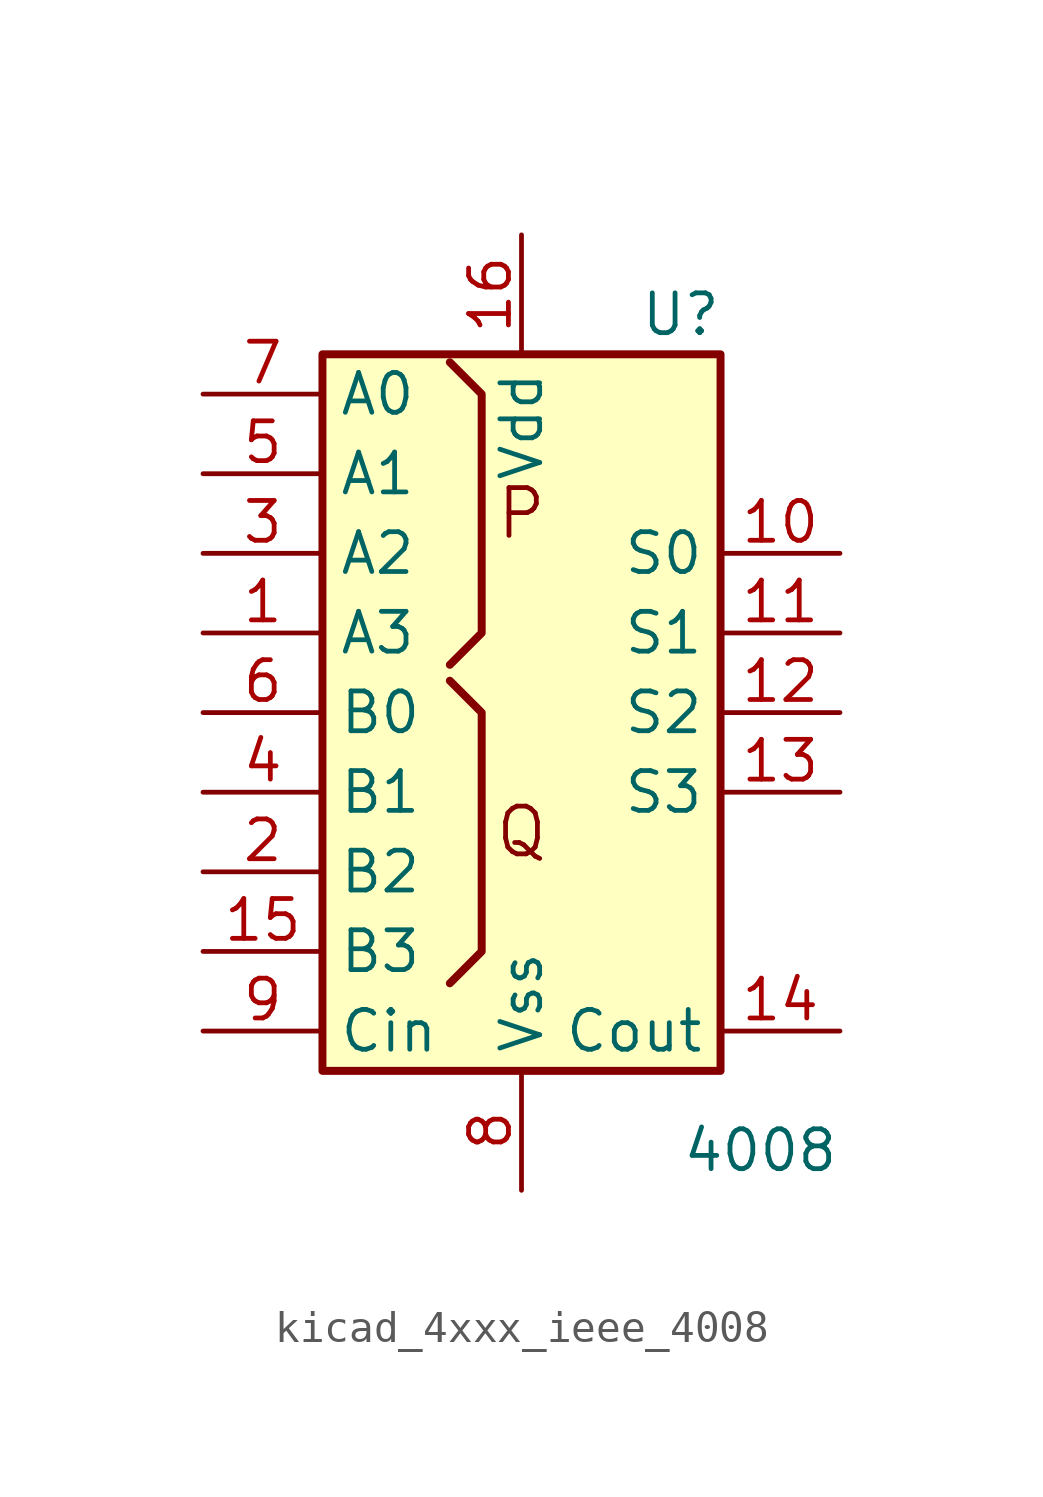
<source format=kicad_sym>
(kicad_symbol_lib
  (version 20220914)
  (generator kicad_symbol_editor)
  (symbol "kicad_4xxx_ieee_4008"
    (property "Reference" "U"
      (at 5.08 12.7 0)
      (effects (font (size 1.27 1.27))))
    (property "Value" "4008"
      (at 7.62 -13.97 0)
      (effects (font (size 1.27 1.27))))
    (symbol "kicad_4xxx_ieee_4008_0_0"
      (text "P" (at 0 6.35 0) (effects (font (size 1.524 1.524))))
      (text "Q" (at 0 -3.81 0) (effects (font (size 1.524 1.524)))))
    (symbol "kicad_4xxx_ieee_4008_0_1"
      (rectangle (start -6.35 11.43) (end 6.35 -11.43) (stroke (width 0.254) (type default)) (fill (type background)))
      (polyline (pts (xy -2.286 1.016) (xy -1.27 0) (xy -1.27 -7.62) (xy -2.286 -8.636) (xy -2.286 -8.636)) (stroke (width 0.254) (type default)) (fill (type background)))
      (polyline (pts (xy -2.286 1.524) (xy -1.27 2.54) (xy -1.27 10.16) (xy -2.286 11.176) (xy -2.286 11.176)) (stroke (width 0.254) (type default)) (fill (type background))))
    (symbol "kicad_4xxx_ieee_4008_1_1"
      (pin input line (at -10.16 2.54 0) (length 3.81) (name "A3" (effects (font (size 1.27 1.27)))) (number "1" (effects (font (size 1.27 1.27)))))
      (pin output line (at 10.16 5.08 180) (length 3.81) (name "S0" (effects (font (size 1.27 1.27)))) (number "10" (effects (font (size 1.27 1.27)))))
      (pin output line (at 10.16 2.54 180) (length 3.81) (name "S1" (effects (font (size 1.27 1.27)))) (number "11" (effects (font (size 1.27 1.27)))))
      (pin output line (at 10.16 0 180) (length 3.81) (name "S2" (effects (font (size 1.27 1.27)))) (number "12" (effects (font (size 1.27 1.27)))))
      (pin output line (at 10.16 -2.54 180) (length 3.81) (name "S3" (effects (font (size 1.27 1.27)))) (number "13" (effects (font (size 1.27 1.27)))))
      (pin output line (at 10.16 -10.16 180) (length 3.81) (name "Cout" (effects (font (size 1.27 1.27)))) (number "14" (effects (font (size 1.27 1.27)))))
      (pin input line (at -10.16 -7.62 0) (length 3.81) (name "B3" (effects (font (size 1.27 1.27)))) (number "15" (effects (font (size 1.27 1.27)))))
      (pin power_in line (at 0 15.24 270) (length 3.81) (name "Vdd" (effects (font (size 1.27 1.27)))) (number "16" (effects (font (size 1.27 1.27)))))
      (pin input line (at -10.16 -5.08 0) (length 3.81) (name "B2" (effects (font (size 1.27 1.27)))) (number "2" (effects (font (size 1.27 1.27)))))
      (pin input line (at -10.16 5.08 0) (length 3.81) (name "A2" (effects (font (size 1.27 1.27)))) (number "3" (effects (font (size 1.27 1.27)))))
      (pin input line (at -10.16 -2.54 0) (length 3.81) (name "B1" (effects (font (size 1.27 1.27)))) (number "4" (effects (font (size 1.27 1.27)))))
      (pin input line (at -10.16 7.62 0) (length 3.81) (name "A1" (effects (font (size 1.27 1.27)))) (number "5" (effects (font (size 1.27 1.27)))))
      (pin input line (at -10.16 0 0) (length 3.81) (name "B0" (effects (font (size 1.27 1.27)))) (number "6" (effects (font (size 1.27 1.27)))))
      (pin input line (at -10.16 10.16 0) (length 3.81) (name "A0" (effects (font (size 1.27 1.27)))) (number "7" (effects (font (size 1.27 1.27)))))
      (pin power_in line (at 0 -15.24 90) (length 3.81) (name "Vss" (effects (font (size 1.27 1.27)))) (number "8" (effects (font (size 1.27 1.27)))))
      (pin input line (at -10.16 -10.16 0) (length 3.81) (name "Cin" (effects (font (size 1.27 1.27)))) (number "9" (effects (font (size 1.27 1.27))))))))
</source>
